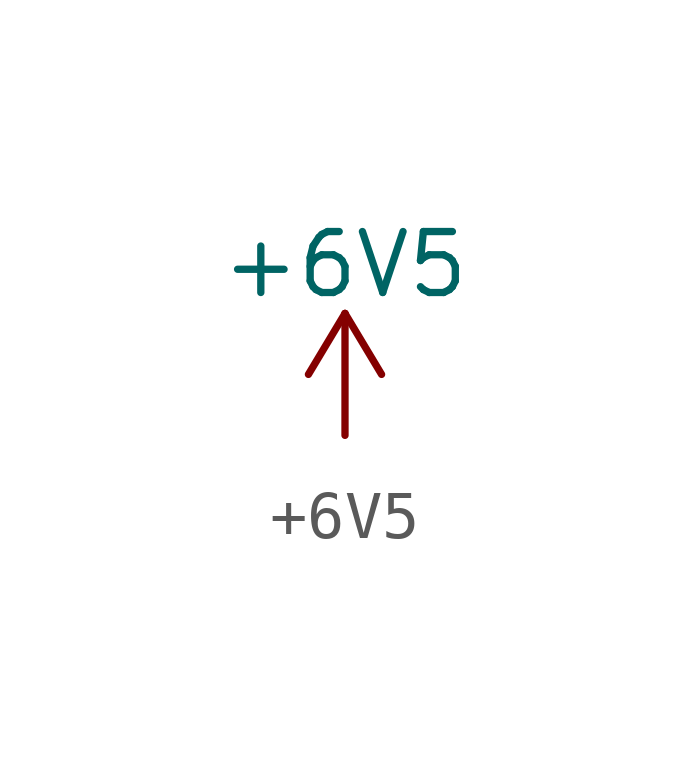
<source format=kicad_sym>
(kicad_symbol_lib
  (version 20241209)
  (generator "kicad_symbol_editor")
  (generator_version "9.0")
  (symbol "+6V5"
    (power)
    (pin_names
      (offset 0))
    (property "Reference" "#PWR"
      (at 0 -3.81 0)
      (effects (font (size 1.27 1.27)) (hide yes)))
    (property "Value" "+6V5"
      (at 0 3.556 0)
      (effects (font (size 1.27 1.27))))
    (symbol "+6V5_0_1"
      (polyline (pts (xy -0.762 1.27) (xy 0 2.54)) (stroke (width 0) (type default)) (fill (type none)))
      (polyline (pts (xy 0 2.54) (xy 0.762 1.27)) (stroke (width 0) (type default)) (fill (type none)))
      (polyline (pts (xy 0 0) (xy 0 2.54)) (stroke (width 0) (type default)) (fill (type none))))
    (symbol "+6V5_1_1"
      (pin power_in line (at 0 0 90) (length 0) (hide yes) (name "+6V5" (effects (font (size 1.27 1.27)))) (number "1" (effects (font (size 1.27 1.27))))))))
</source>
